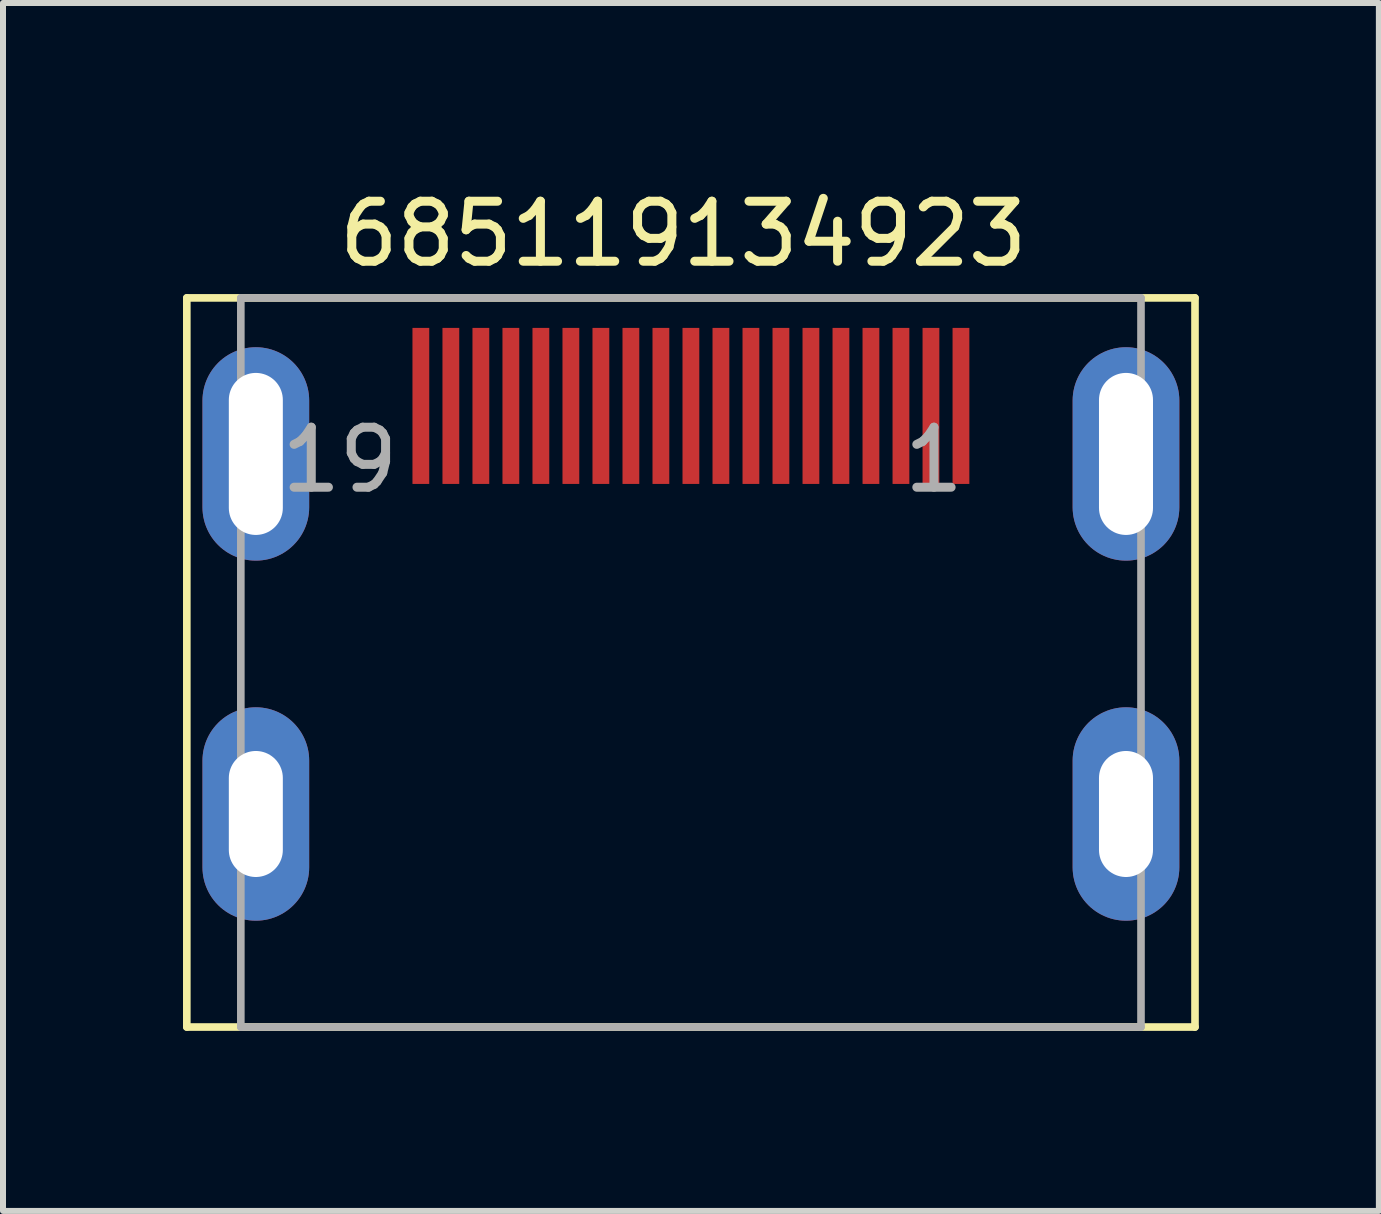
<source format=kicad_pcb>
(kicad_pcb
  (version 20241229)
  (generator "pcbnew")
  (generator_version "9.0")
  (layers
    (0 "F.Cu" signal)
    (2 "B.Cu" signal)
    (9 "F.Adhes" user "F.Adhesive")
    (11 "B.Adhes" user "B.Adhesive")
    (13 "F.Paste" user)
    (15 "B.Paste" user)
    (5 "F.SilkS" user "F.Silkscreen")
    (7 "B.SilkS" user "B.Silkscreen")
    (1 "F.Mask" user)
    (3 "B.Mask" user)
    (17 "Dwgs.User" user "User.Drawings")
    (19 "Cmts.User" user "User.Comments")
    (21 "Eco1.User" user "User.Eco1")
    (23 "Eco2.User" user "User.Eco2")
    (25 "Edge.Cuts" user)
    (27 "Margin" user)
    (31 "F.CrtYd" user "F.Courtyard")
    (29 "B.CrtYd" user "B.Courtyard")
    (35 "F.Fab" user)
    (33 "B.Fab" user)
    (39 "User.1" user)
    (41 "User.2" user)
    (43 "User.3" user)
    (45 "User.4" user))
  (footprint "685119134923"
    (layer "F.Cu")
    (at 8.463 3.714)
    (property "Reference" "685119134923" (at -0.127 -2.866 0) (layer "F.SilkS") (effects (font (size 1 1) (thickness 0.15))))
    (attr through_hole)
    (fp_line (start -8.4 -1.8) (end 8.4 -1.8) (stroke (width 0.127) (type solid)) (layer "F.SilkS"))
    (fp_line (start -8.4 10.35) (end -8.4 -1.8) (stroke (width 0.127) (type solid)) (layer "F.SilkS"))
    (fp_line (start 8.4 -1.8) (end 8.4 10.35) (stroke (width 0.127) (type solid)) (layer "F.SilkS"))
    (fp_line (start 8.4 10.35) (end -8.4 10.35) (stroke (width 0.127) (type solid)) (layer "F.SilkS"))
    (fp_line (start -7.5 -1.8) (end 7.5 -1.8) (stroke (width 0.127) (type solid)) (layer "F.Fab"))
    (fp_line (start -7.5 10.35) (end -7.5 -1.8) (stroke (width 0.127) (type solid)) (layer "F.Fab"))
    (fp_line (start 7.5 -1.8) (end 7.5 10.35) (stroke (width 0.127) (type solid)) (layer "F.Fab"))
    (fp_line (start 7.5 10.35) (end -7.5 10.35) (stroke (width 0.127) (type solid)) (layer "F.Fab"))
    (fp_text user "19" (at -5.85 0.9 0) (layer "F.Fab") (effects (font (size 1 1) (thickness 0.15))))
    (fp_text user "1" (at 4.05 0.9 0) (layer "F.Fab") (effects (font (size 1 1) (thickness 0.15))))
    (pad "1" smd rect (at 4.5 0 180) (size 0.28 2.6) (layers "F.Cu" "F.Mask" "F.Paste"))
    (pad "2" smd rect (at 4 0 180) (size 0.28 2.6) (layers "F.Cu" "F.Mask" "F.Paste"))
    (pad "3" smd rect (at 3.5 0 180) (size 0.28 2.6) (layers "F.Cu" "F.Mask" "F.Paste"))
    (pad "4" smd rect (at 3 0 180) (size 0.28 2.6) (layers "F.Cu" "F.Mask" "F.Paste"))
    (pad "5" smd rect (at 2.5 0 180) (size 0.28 2.6) (layers "F.Cu" "F.Mask" "F.Paste"))
    (pad "6" smd rect (at 2 0 180) (size 0.28 2.6) (layers "F.Cu" "F.Mask" "F.Paste"))
    (pad "7" smd rect (at 1.5 0 180) (size 0.28 2.6) (layers "F.Cu" "F.Mask" "F.Paste"))
    (pad "8" smd rect (at 1 0 180) (size 0.28 2.6) (layers "F.Cu" "F.Mask" "F.Paste"))
    (pad "9" smd rect (at 0.5 0 180) (size 0.28 2.6) (layers "F.Cu" "F.Mask" "F.Paste"))
    (pad "10" smd rect (at 0 0 180) (size 0.28 2.6) (layers "F.Cu" "F.Mask" "F.Paste"))
    (pad "11" smd rect (at -0.5 0 180) (size 0.28 2.6) (layers "F.Cu" "F.Mask" "F.Paste"))
    (pad "12" smd rect (at -1 0 180) (size 0.28 2.6) (layers "F.Cu" "F.Mask" "F.Paste"))
    (pad "13" smd rect (at -1.5 0 180) (size 0.28 2.6) (layers "F.Cu" "F.Mask" "F.Paste"))
    (pad "14" smd rect (at -2 0 180) (size 0.28 2.6) (layers "F.Cu" "F.Mask" "F.Paste"))
    (pad "15" smd rect (at -2.5 0 180) (size 0.28 2.6) (layers "F.Cu" "F.Mask" "F.Paste"))
    (pad "16" smd rect (at -3 0 180) (size 0.28 2.6) (layers "F.Cu" "F.Mask" "F.Paste"))
    (pad "17" smd rect (at -3.5 0 180) (size 0.28 2.6) (layers "F.Cu" "F.Mask" "F.Paste"))
    (pad "18" smd rect (at -4 0 180) (size 0.28 2.6) (layers "F.Cu" "F.Mask" "F.Paste"))
    (pad "19" smd rect (at -4.5 0 180) (size 0.28 2.6) (layers "F.Cu" "F.Mask" "F.Paste"))
    (pad "Z1" thru_hole oval (at -7.25 0.8) (size 1.778 3.556) (drill oval 0.9 2.7) (layers "*.Cu" "*.Mask"))
    (pad "Z2" thru_hole oval (at -7.25 6.8) (size 1.778 3.556) (drill oval 0.9 2.1) (layers "*.Cu" "*.Mask"))
    (pad "Z3" thru_hole oval (at 7.25 6.8) (size 1.778 3.556) (drill oval 0.9 2.1) (layers "*.Cu" "*.Mask"))
    (pad "Z4" thru_hole oval (at 7.25 0.8) (size 1.778 3.556) (drill oval 0.9 2.7) (layers "*.Cu" "*.Mask")))
  (gr_rect
    (start -3 -3)
    (end 19.927 17.128)
    (stroke (width 0.1) (type default))
    (fill no)
    (layer "Edge.Cuts")))
</source>
